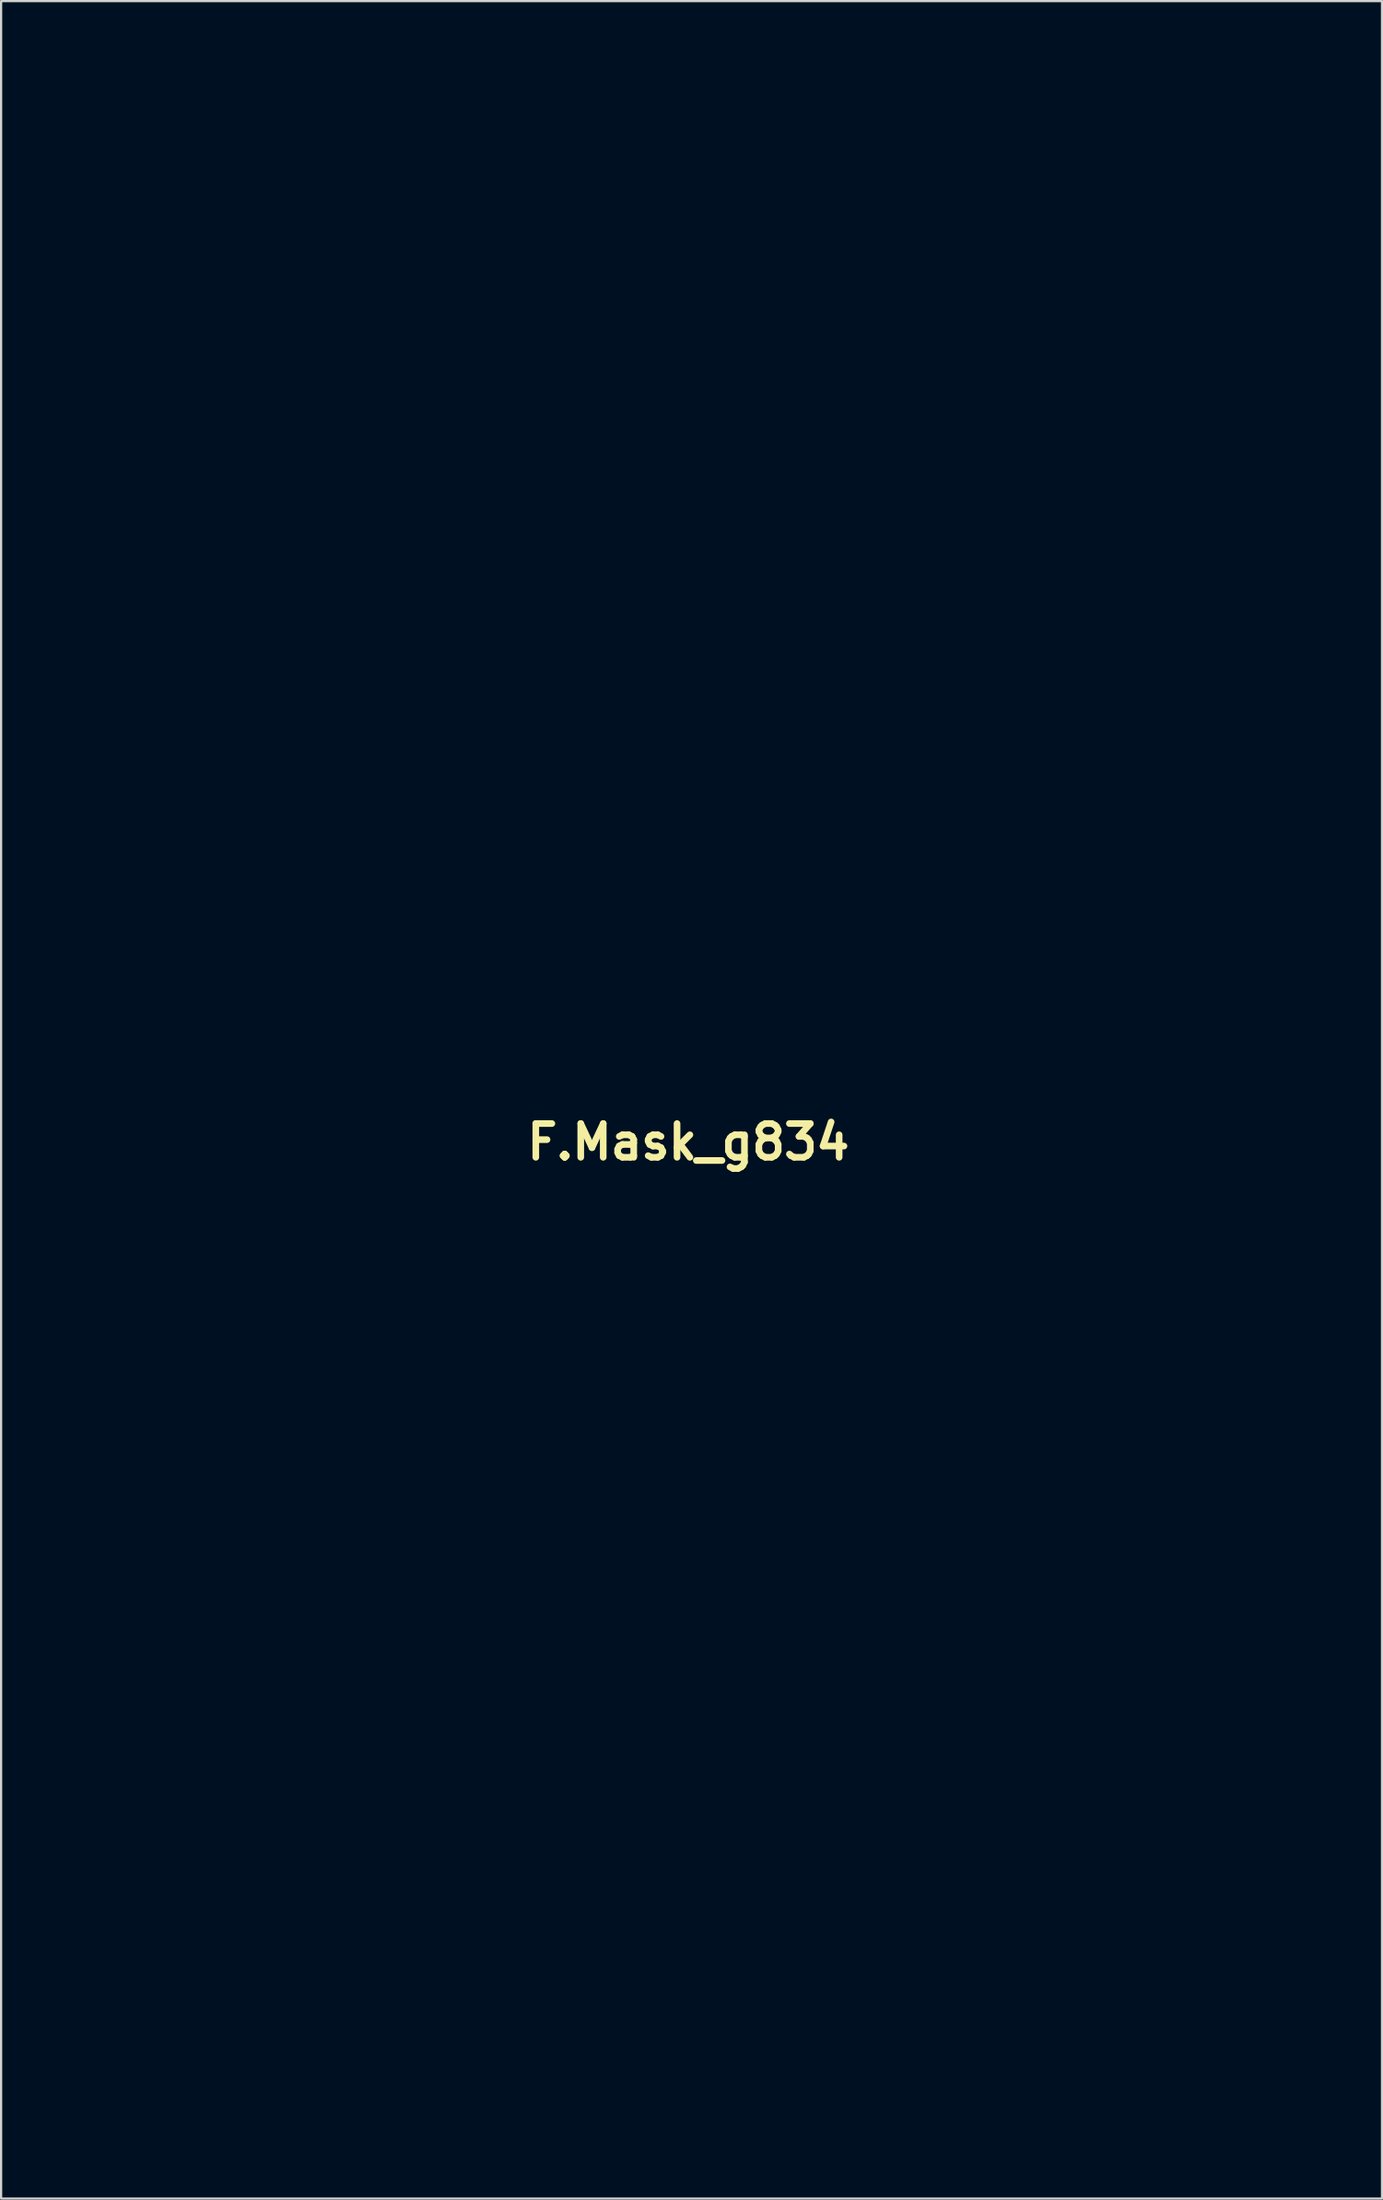
<source format=kicad_pcb>
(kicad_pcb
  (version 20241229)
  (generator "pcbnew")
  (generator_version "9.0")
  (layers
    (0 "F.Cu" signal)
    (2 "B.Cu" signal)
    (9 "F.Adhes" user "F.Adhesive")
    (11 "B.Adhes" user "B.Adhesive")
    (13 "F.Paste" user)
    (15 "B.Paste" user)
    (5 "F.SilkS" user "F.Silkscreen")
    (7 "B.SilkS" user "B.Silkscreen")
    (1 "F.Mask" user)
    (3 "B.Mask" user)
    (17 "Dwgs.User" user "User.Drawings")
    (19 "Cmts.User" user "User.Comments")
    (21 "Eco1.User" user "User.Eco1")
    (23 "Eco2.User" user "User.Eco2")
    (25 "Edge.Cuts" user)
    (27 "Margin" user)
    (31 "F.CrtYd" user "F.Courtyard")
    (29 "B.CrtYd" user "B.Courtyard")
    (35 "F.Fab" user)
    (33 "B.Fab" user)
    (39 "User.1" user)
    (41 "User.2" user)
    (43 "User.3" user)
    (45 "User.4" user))
  (footprint "F.Mask_g834"
    (layer "F.Cu")
    (at 28.072 48.552)
    (property "Reference" "F.Mask_g834" (at 0 0 0) (layer "F.SilkS") (effects (font (size 1.524 1.524) (thickness 0.3))))
    (attr through_hole)
    (fp_poly (pts (xy -3.732 -20.971) (xy -3.655 -20.871) (xy -3.606 -20.797) (xy -3.598 -20.776) (xy -3.634 -20.751) (xy -3.721 -20.749) (xy -3.83 -20.769) (xy -3.884 -20.787) (xy -3.96 -20.839) (xy -3.97 -20.919) (xy -3.921 -21.034) (xy -3.866 -21.133) (xy -3.732 -20.971)) (stroke (width 0.01) (type solid)) (fill yes) (layer "F.Mask"))
    (fp_poly (pts (xy -8.857 -29.831) (xy -8.737 -29.678) (xy -8.648 -29.459) (xy -8.59 -29.169) (xy -8.561 -28.818) (xy -8.554 -28.575) (xy -8.56 -28.413) (xy -8.579 -28.333) (xy -8.611 -28.33) (xy -8.658 -28.405) (xy -8.692 -28.483) (xy -8.75 -28.663) (xy -8.807 -28.903) (xy -8.859 -29.175) (xy -8.9 -29.456) (xy -8.914 -29.591) (xy -8.944 -29.909) (xy -8.857 -29.831)) (stroke (width 0.01) (type solid)) (fill yes) (layer "F.Mask"))
    (fp_poly (pts (xy 17.141 0.392) (xy 17.166 0.481) (xy 17.198 0.627) (xy 17.234 0.81) (xy 17.271 1.011) (xy 17.303 1.209) (xy 17.33 1.385) (xy 17.346 1.519) (xy 17.348 1.591) (xy 17.348 1.593) (xy 17.316 1.609) (xy 17.231 1.579) (xy 17.087 1.501) (xy 17.048 1.478) (xy 16.892 1.378) (xy 16.805 1.303) (xy 16.779 1.247) (xy 16.781 1.235) (xy 16.866 0.941) (xy 16.933 0.717) (xy 16.985 0.555) (xy 17.026 0.441) (xy 17.037 0.415) (xy 17.096 0.275) (xy 17.141 0.392)) (stroke (width 0.01) (type solid)) (fill yes) (layer "F.Mask"))
    (fp_poly (pts (xy -7.98 -28.379) (xy -7.92 -28.298) (xy -7.885 -28.234) (xy -7.84 -28.135) (xy -7.812 -28.033) (xy -7.797 -27.904) (xy -7.791 -27.725) (xy -7.791 -27.603) (xy -7.796 -27.35) (xy -7.81 -27.102) (xy -7.83 -26.876) (xy -7.856 -26.687) (xy -7.884 -26.552) (xy -7.913 -26.488) (xy -7.959 -26.495) (xy -8.034 -26.568) (xy -8.083 -26.631) (xy -8.208 -26.849) (xy -8.293 -27.09) (xy -8.327 -27.323) (xy -8.321 -27.447) (xy -8.293 -27.586) (xy -8.25 -27.756) (xy -8.199 -27.939) (xy -8.144 -28.114) (xy -8.092 -28.263) (xy -8.049 -28.366) (xy -8.022 -28.405) (xy -7.98 -28.379)) (stroke (width 0.01) (type solid)) (fill yes) (layer "F.Mask"))
    (fp_poly (pts (xy -7.108 -26.927) (xy -7.072 -26.82) (xy -7.048 -26.66) (xy -7.037 -26.464) (xy -7.039 -26.247) (xy -7.055 -26.025) (xy -7.085 -25.814) (xy -7.128 -25.63) (xy -7.13 -25.626) (xy -7.185 -25.485) (xy -7.263 -25.33) (xy -7.351 -25.183) (xy -7.435 -25.064) (xy -7.503 -24.996) (xy -7.518 -24.989) (xy -7.557 -25.016) (xy -7.6 -25.101) (xy -7.613 -25.139) (xy -7.659 -25.415) (xy -7.649 -25.729) (xy -7.585 -26.054) (xy -7.556 -26.146) (xy -7.486 -26.34) (xy -7.406 -26.532) (xy -7.325 -26.707) (xy -7.25 -26.848) (xy -7.19 -26.94) (xy -7.157 -26.966) (xy -7.108 -26.927)) (stroke (width 0.01) (type solid)) (fill yes) (layer "F.Mask"))
    (fp_poly (pts (xy 15.173 1.752) (xy 15.344 1.774) (xy 15.507 1.803) (xy 15.59 1.823) (xy 15.691 1.857) (xy 15.73 1.899) (xy 15.724 1.972) (xy 15.722 1.981) (xy 15.683 2.131) (xy 15.622 2.33) (xy 15.546 2.568) (xy 15.458 2.831) (xy 15.364 3.105) (xy 15.266 3.379) (xy 15.172 3.639) (xy 15.083 3.873) (xy 15.006 4.068) (xy 14.945 4.21) (xy 14.905 4.288) (xy 14.899 4.295) (xy 14.885 4.269) (xy 14.873 4.164) (xy 14.865 3.984) (xy 14.86 3.735) (xy 14.859 3.486) (xy 14.86 3.188) (xy 14.865 2.883) (xy 14.871 2.595) (xy 14.879 2.348) (xy 14.887 2.182) (xy 14.915 1.725) (xy 15.173 1.752)) (stroke (width 0.01) (type solid)) (fill yes) (layer "F.Mask"))
    (fp_poly (pts (xy 15.725 13.168) (xy 15.751 13.269) (xy 15.777 13.453) (xy 15.787 13.559) (xy 15.815 13.782) (xy 15.857 13.949) (xy 15.92 14.09) (xy 15.932 14.111) (xy 15.974 14.186) (xy 16.004 14.256) (xy 16.024 14.336) (xy 16.036 14.442) (xy 16.042 14.591) (xy 16.044 14.797) (xy 16.044 14.983) (xy 16.042 15.212) (xy 16.036 15.408) (xy 16.027 15.558) (xy 16.016 15.646) (xy 16.008 15.663) (xy 15.978 15.626) (xy 15.933 15.527) (xy 15.879 15.384) (xy 15.861 15.33) (xy 15.782 15.025) (xy 15.722 14.649) (xy 15.682 14.215) (xy 15.664 13.735) (xy 15.663 13.591) (xy 15.668 13.362) (xy 15.682 13.215) (xy 15.701 13.15) (xy 15.725 13.168)) (stroke (width 0.01) (type solid)) (fill yes) (layer "F.Mask"))
    (fp_poly (pts (xy -4.684 -22.527) (xy -4.613 -22.43) (xy -4.544 -22.297) (xy -4.49 -22.148) (xy -4.484 -22.123) (xy -4.454 -21.898) (xy -4.458 -21.63) (xy -4.494 -21.353) (xy -4.56 -21.103) (xy -4.569 -21.076) (xy -4.659 -20.838) (xy -5.113 -20.724) (xy -5.33 -20.666) (xy -5.546 -20.603) (xy -5.73 -20.543) (xy -5.813 -20.512) (xy -5.952 -20.459) (xy -6.032 -20.441) (xy -6.072 -20.454) (xy -6.082 -20.473) (xy -6.085 -20.562) (xy -6.034 -20.691) (xy -5.927 -20.863) (xy -5.761 -21.085) (xy -5.715 -21.142) (xy -5.529 -21.383) (xy -5.339 -21.645) (xy -5.159 -21.91) (xy -5.003 -22.154) (xy -4.886 -22.359) (xy -4.873 -22.384) (xy -4.812 -22.489) (xy -4.761 -22.554) (xy -4.743 -22.564) (xy -4.684 -22.527)) (stroke (width 0.01) (type solid)) (fill yes) (layer "F.Mask"))
    (fp_poly (pts (xy -6.432 -25.626) (xy -6.379 -25.539) (xy -6.324 -25.394) (xy -6.274 -25.22) (xy -6.238 -25.043) (xy -6.223 -24.89) (xy -6.223 -24.882) (xy -6.244 -24.656) (xy -6.301 -24.385) (xy -6.389 -24.093) (xy -6.499 -23.808) (xy -6.516 -23.771) (xy -6.593 -23.618) (xy -6.685 -23.458) (xy -6.78 -23.312) (xy -6.866 -23.195) (xy -6.931 -23.126) (xy -6.953 -23.116) (xy -6.986 -23.15) (xy -7.045 -23.24) (xy -7.116 -23.369) (xy -7.121 -23.379) (xy -7.188 -23.516) (xy -7.229 -23.631) (xy -7.251 -23.754) (xy -7.258 -23.914) (xy -7.259 -24.026) (xy -7.26 -24.409) (xy -6.943 -24.899) (xy -6.819 -25.091) (xy -6.706 -25.271) (xy -6.614 -25.418) (xy -6.555 -25.517) (xy -6.549 -25.528) (xy -6.486 -25.618) (xy -6.437 -25.63) (xy -6.432 -25.626)) (stroke (width 0.01) (type solid)) (fill yes) (layer "F.Mask"))
    (fp_poly (pts (xy 1.829 20.648) (xy 1.934 20.69) (xy 2.082 20.761) (xy 2.258 20.855) (xy 2.279 20.866) (xy 2.744 21.128) (xy 2.705 21.268) (xy 2.668 21.38) (xy 2.6 21.559) (xy 2.506 21.794) (xy 2.391 22.076) (xy 2.257 22.393) (xy 2.243 22.426) (xy 2.187 22.546) (xy 2.14 22.627) (xy 2.118 22.648) (xy 2.072 22.621) (xy 2 22.553) (xy 1.998 22.552) (xy 1.922 22.488) (xy 1.794 22.397) (xy 1.637 22.295) (xy 1.557 22.247) (xy 1.405 22.156) (xy 1.284 22.084) (xy 1.209 22.039) (xy 1.193 22.03) (xy 1.204 21.99) (xy 1.242 21.888) (xy 1.302 21.739) (xy 1.377 21.558) (xy 1.46 21.36) (xy 1.546 21.16) (xy 1.627 20.974) (xy 1.697 20.815) (xy 1.751 20.7) (xy 1.78 20.644) (xy 1.782 20.643) (xy 1.829 20.648)) (stroke (width 0.01) (type solid)) (fill yes) (layer "F.Mask"))
    (fp_poly (pts (xy -5.624 -24.121) (xy -5.579 -24.077) (xy -5.514 -23.981) (xy -5.466 -23.895) (xy -5.414 -23.788) (xy -5.381 -23.688) (xy -5.365 -23.571) (xy -5.359 -23.412) (xy -5.359 -23.262) (xy -5.387 -22.887) (xy -5.469 -22.538) (xy -5.612 -22.19) (xy -5.755 -21.93) (xy -5.86 -21.769) (xy -5.983 -21.601) (xy -6.112 -21.443) (xy -6.234 -21.308) (xy -6.336 -21.211) (xy -6.405 -21.168) (xy -6.413 -21.167) (xy -6.458 -21.203) (xy -6.51 -21.298) (xy -6.538 -21.371) (xy -6.581 -21.539) (xy -6.622 -21.763) (xy -6.656 -22.014) (xy -6.679 -22.263) (xy -6.688 -22.482) (xy -6.688 -22.484) (xy -6.679 -22.61) (xy -6.642 -22.712) (xy -6.561 -22.824) (xy -6.525 -22.865) (xy -6.368 -23.062) (xy -6.178 -23.332) (xy -5.959 -23.669) (xy -5.831 -23.876) (xy -5.747 -24.001) (xy -5.674 -24.089) (xy -5.627 -24.121) (xy -5.624 -24.121)) (stroke (width 0.01) (type solid)) (fill yes) (layer "F.Mask"))
    (fp_poly (pts (xy 10.641 -16.872) (xy 10.754 -16.851) (xy 10.915 -16.814) (xy 11.107 -16.767) (xy 11.314 -16.713) (xy 11.519 -16.656) (xy 11.706 -16.601) (xy 11.858 -16.552) (xy 11.929 -16.526) (xy 12.351 -16.314) (xy 12.738 -16.026) (xy 13.089 -15.668) (xy 13.401 -15.242) (xy 13.672 -14.753) (xy 13.897 -14.203) (xy 14.077 -13.598) (xy 14.137 -13.327) (xy 14.187 -13.067) (xy 14.224 -12.83) (xy 14.249 -12.629) (xy 14.26 -12.476) (xy 14.255 -12.384) (xy 14.24 -12.362) (xy 14.195 -12.389) (xy 14.102 -12.461) (xy 13.975 -12.566) (xy 13.864 -12.663) (xy 13.68 -12.82) (xy 13.459 -12.997) (xy 13.236 -13.169) (xy 13.112 -13.26) (xy 12.699 -13.556) (xy 12.302 -14.368) (xy 12.036 -14.888) (xy 11.78 -15.34) (xy 11.525 -15.737) (xy 11.261 -16.095) (xy 10.979 -16.426) (xy 10.946 -16.462) (xy 10.81 -16.612) (xy 10.698 -16.739) (xy 10.623 -16.829) (xy 10.593 -16.871) (xy 10.594 -16.873) (xy 10.641 -16.872)) (stroke (width 0.01) (type solid)) (fill yes) (layer "F.Mask"))
    (fp_poly (pts (xy 12.986 -1.891) (xy 13.035 -1.841) (xy 13.104 -1.749) (xy 13.2 -1.605) (xy 13.329 -1.401) (xy 13.41 -1.27) (xy 13.69 -0.843) (xy 13.976 -0.46) (xy 14.29 -0.096) (xy 14.654 0.276) (xy 14.742 0.36) (xy 14.956 0.558) (xy 15.185 0.758) (xy 15.414 0.95) (xy 15.628 1.121) (xy 15.812 1.259) (xy 15.951 1.35) (xy 15.959 1.355) (xy 16.004 1.394) (xy 15.971 1.413) (xy 15.875 1.408) (xy 15.62 1.367) (xy 15.308 1.3) (xy 14.96 1.214) (xy 14.598 1.114) (xy 14.243 1.007) (xy 13.917 0.899) (xy 13.641 0.796) (xy 13.591 0.775) (xy 13.352 0.669) (xy 13.099 0.551) (xy 12.848 0.428) (xy 12.617 0.309) (xy 12.423 0.203) (xy 12.282 0.118) (xy 12.238 0.088) (xy 12.136 0.011) (xy 12.529 -0.947) (xy 12.639 -1.212) (xy 12.74 -1.449) (xy 12.826 -1.647) (xy 12.894 -1.796) (xy 12.938 -1.884) (xy 12.953 -1.905) (xy 12.986 -1.891)) (stroke (width 0.01) (type solid)) (fill yes) (layer "F.Mask"))
    (fp_poly (pts (xy 12.966 -12.675) (xy 13.071 -12.607) (xy 13.213 -12.507) (xy 13.376 -12.385) (xy 13.546 -12.254) (xy 13.708 -12.123) (xy 13.849 -12.004) (xy 13.887 -11.97) (xy 13.961 -11.906) (xy 14.021 -11.856) (xy 14.067 -11.81) (xy 14.096 -11.76) (xy 14.108 -11.698) (xy 14.1 -11.615) (xy 14.071 -11.504) (xy 14.019 -11.354) (xy 13.943 -11.159) (xy 13.841 -10.909) (xy 13.713 -10.597) (xy 13.568 -10.245) (xy 13.444 -9.941) (xy 13.329 -9.66) (xy 13.227 -9.412) (xy 13.144 -9.207) (xy 13.082 -9.056) (xy 13.046 -8.968) (xy 13.04 -8.954) (xy 13.033 -8.976) (xy 13.025 -9.075) (xy 13.016 -9.242) (xy 13.008 -9.469) (xy 13.001 -9.747) (xy 12.994 -10.069) (xy 12.987 -10.427) (xy 12.985 -10.626) (xy 12.979 -11.01) (xy 12.971 -11.372) (xy 12.963 -11.704) (xy 12.954 -11.994) (xy 12.944 -12.233) (xy 12.934 -12.412) (xy 12.924 -12.52) (xy 12.92 -12.541) (xy 12.901 -12.641) (xy 12.905 -12.696) (xy 12.911 -12.7) (xy 12.966 -12.675)) (stroke (width 0.01) (type solid)) (fill yes) (layer "F.Mask"))
    (fp_poly (pts (xy 8.529 -4.763) (xy 8.592 -4.531) (xy 8.691 -4.24) (xy 8.82 -3.902) (xy 8.974 -3.532) (xy 9.145 -3.142) (xy 9.329 -2.748) (xy 9.52 -2.361) (xy 9.698 -2.023) (xy 9.991 -1.484) (xy 9.818 -1.049) (xy 9.69 -0.728) (xy 9.559 -0.408) (xy 9.431 -0.098) (xy 9.308 0.192) (xy 9.196 0.453) (xy 9.098 0.676) (xy 9.018 0.85) (xy 8.961 0.966) (xy 8.931 1.015) (xy 8.929 1.016) (xy 8.893 0.982) (xy 8.83 0.891) (xy 8.753 0.764) (xy 8.746 0.751) (xy 8.638 0.546) (xy 8.517 0.297) (xy 8.39 0.021) (xy 8.265 -0.263) (xy 8.149 -0.54) (xy 8.051 -0.79) (xy 7.977 -0.997) (xy 7.939 -1.122) (xy 7.891 -1.407) (xy 7.867 -1.753) (xy 7.866 -2.141) (xy 7.889 -2.553) (xy 7.934 -2.968) (xy 8.001 -3.367) (xy 8.003 -3.377) (xy 8.063 -3.642) (xy 8.136 -3.92) (xy 8.216 -4.192) (xy 8.296 -4.437) (xy 8.371 -4.634) (xy 8.421 -4.741) (xy 8.502 -4.889) (xy 8.529 -4.763)) (stroke (width 0.01) (type solid)) (fill yes) (layer "F.Mask"))
    (fp_poly (pts (xy 13.302 10.63) (xy 13.578 10.778) (xy 13.868 10.948) (xy 14.157 11.129) (xy 14.43 11.313) (xy 14.675 11.49) (xy 14.875 11.65) (xy 15.019 11.784) (xy 15.045 11.813) (xy 15.108 11.903) (xy 15.142 12.001) (xy 15.149 12.125) (xy 15.128 12.29) (xy 15.081 12.516) (xy 15.068 12.573) (xy 15.015 12.862) (xy 14.978 13.209) (xy 14.957 13.587) (xy 14.952 13.97) (xy 14.966 14.332) (xy 14.998 14.648) (xy 15.001 14.668) (xy 15.077 15.073) (xy 15.179 15.474) (xy 15.297 15.843) (xy 15.412 16.125) (xy 15.472 16.26) (xy 15.511 16.363) (xy 15.521 16.412) (xy 15.52 16.413) (xy 15.483 16.395) (xy 15.393 16.332) (xy 15.262 16.234) (xy 15.104 16.11) (xy 15.065 16.079) (xy 14.472 15.572) (xy 13.952 15.058) (xy 13.495 14.521) (xy 13.088 13.948) (xy 12.72 13.324) (xy 12.389 12.654) (xy 12.243 12.333) (xy 12.466 11.78) (xy 12.565 11.538) (xy 12.674 11.285) (xy 12.777 11.051) (xy 12.863 10.866) (xy 12.865 10.863) (xy 13.041 10.499) (xy 13.302 10.63)) (stroke (width 0.01) (type solid)) (fill yes) (layer "F.Mask"))
    (fp_poly (pts (xy -1.376 -21.94) (xy -1.044 -21.91) (xy -0.717 -21.858) (xy -0.642 -21.842) (xy -0.327 -21.759) (xy -0.015 -21.653) (xy 0.275 -21.53) (xy 0.525 -21.399) (xy 0.718 -21.267) (xy 0.788 -21.204) (xy 0.91 -21.077) (xy 0.807 -20.999) (xy 0.757 -20.97) (xy 0.686 -20.948) (xy 0.583 -20.931) (xy 0.433 -20.919) (xy 0.222 -20.91) (xy 0.003 -20.904) (xy -0.269 -20.895) (xy -0.475 -20.884) (xy -0.635 -20.869) (xy -0.768 -20.847) (xy -0.894 -20.815) (xy -1.03 -20.771) (xy -1.037 -20.769) (xy -1.41 -20.614) (xy -1.755 -20.412) (xy -2.094 -20.153) (xy -2.216 -20.052) (xy -2.313 -19.977) (xy -2.367 -19.94) (xy -2.372 -19.939) (xy -2.416 -19.967) (xy -2.485 -20.034) (xy -2.591 -20.178) (xy -2.682 -20.368) (xy -2.768 -20.624) (xy -2.772 -20.637) (xy -2.832 -20.812) (xy -2.916 -21.012) (xy -2.991 -21.166) (xy -3.137 -21.442) (xy -3.031 -21.533) (xy -2.909 -21.612) (xy -2.727 -21.698) (xy -2.507 -21.782) (xy -2.274 -21.855) (xy -2.05 -21.911) (xy -1.939 -21.93) (xy -1.683 -21.948) (xy -1.376 -21.94)) (stroke (width 0.01) (type solid)) (fill yes) (layer "F.Mask"))
    (fp_poly (pts (xy -4.907 26.175) (xy -4.81 26.219) (xy -4.659 26.289) (xy -4.476 26.374) (xy -4.318 26.449) (xy -3.807 26.676) (xy -3.299 26.869) (xy -2.761 27.038) (xy -2.424 27.13) (xy -2.158 27.202) (xy -1.969 27.26) (xy -1.849 27.308) (xy -1.792 27.346) (xy -1.786 27.359) (xy -1.797 27.418) (xy -1.836 27.541) (xy -1.899 27.716) (xy -1.979 27.93) (xy -2.074 28.17) (xy -2.086 28.202) (xy -2.373 28.91) (xy -2.637 29.561) (xy -2.878 30.152) (xy -3.094 30.681) (xy -3.286 31.145) (xy -3.451 31.544) (xy -3.59 31.874) (xy -3.701 32.134) (xy -3.783 32.321) (xy -3.836 32.434) (xy -3.858 32.47) (xy -3.89 32.434) (xy -3.948 32.339) (xy -4.021 32.2) (xy -4.06 32.12) (xy -4.199 31.802) (xy -4.342 31.42) (xy -4.484 30.996) (xy -4.618 30.55) (xy -4.739 30.103) (xy -4.84 29.676) (xy -4.915 29.29) (xy -4.948 29.062) (xy -4.961 28.92) (xy -4.975 28.709) (xy -4.988 28.442) (xy -5.001 28.136) (xy -5.012 27.803) (xy -5.021 27.46) (xy -5.023 27.397) (xy -5.051 26.113) (xy -4.907 26.175)) (stroke (width 0.01) (type solid)) (fill yes) (layer "F.Mask"))
    (fp_poly (pts (xy 12.037 0.531) (xy 12.143 0.589) (xy 12.269 0.666) (xy 12.39 0.748) (xy 12.481 0.818) (xy 12.505 0.841) (xy 12.536 0.882) (xy 12.556 0.935) (xy 12.568 1.013) (xy 12.572 1.132) (xy 12.57 1.306) (xy 12.562 1.549) (xy 12.562 1.555) (xy 12.519 2.083) (xy 12.428 2.581) (xy 12.283 3.058) (xy 12.081 3.526) (xy 11.815 3.996) (xy 11.483 4.477) (xy 11.078 4.982) (xy 11.047 5.017) (xy 10.902 5.181) (xy 10.73 5.364) (xy 10.543 5.558) (xy 10.353 5.749) (xy 10.171 5.926) (xy 10.009 6.077) (xy 9.879 6.192) (xy 9.792 6.258) (xy 9.783 6.263) (xy 9.741 6.283) (xy 9.722 6.275) (xy 9.726 6.224) (xy 9.753 6.114) (xy 9.78 6.018) (xy 9.821 5.879) (xy 9.873 5.718) (xy 9.94 5.526) (xy 10.023 5.297) (xy 10.125 5.025) (xy 10.249 4.703) (xy 10.397 4.324) (xy 10.572 3.882) (xy 10.775 3.37) (xy 10.836 3.217) (xy 11.078 2.614) (xy 11.29 2.089) (xy 11.473 1.641) (xy 11.627 1.269) (xy 11.752 0.973) (xy 11.849 0.75) (xy 11.919 0.599) (xy 11.961 0.521) (xy 11.974 0.508) (xy 12.037 0.531)) (stroke (width 0.01) (type solid)) (fill yes) (layer "F.Mask"))
    (fp_poly (pts (xy 0.968 15.451) (xy 1.289 15.538) (xy 1.655 15.679) (xy 1.736 15.715) (xy 1.968 15.818) (xy 1.757 15.962) (xy 1.535 16.132) (xy 1.32 16.333) (xy 1.129 16.543) (xy 0.981 16.743) (xy 0.922 16.849) (xy 0.767 17.266) (xy 0.675 17.716) (xy 0.647 18.181) (xy 0.68 18.646) (xy 0.775 19.093) (xy 0.93 19.505) (xy 1.036 19.701) (xy 1.112 19.843) (xy 1.166 19.971) (xy 1.185 20.052) (xy 1.17 20.134) (xy 1.127 20.273) (xy 1.062 20.455) (xy 0.981 20.667) (xy 0.889 20.895) (xy 0.793 21.125) (xy 0.698 21.345) (xy 0.609 21.54) (xy 0.532 21.697) (xy 0.473 21.802) (xy 0.438 21.842) (xy 0.437 21.842) (xy 0.382 21.826) (xy 0.274 21.786) (xy 0.159 21.739) (xy -0.186 21.583) (xy -0.534 21.397) (xy -0.892 21.176) (xy -1.267 20.915) (xy -1.667 20.608) (xy -2.099 20.251) (xy -2.572 19.837) (xy -2.961 19.483) (xy -3.275 19.192) (xy -3.049 18.772) (xy -2.646 18.072) (xy -2.235 17.45) (xy -1.815 16.909) (xy -1.389 16.448) (xy -0.956 16.069) (xy -0.517 15.772) (xy -0.074 15.559) (xy 0.122 15.492) (xy 0.4 15.43) (xy 0.677 15.415) (xy 0.968 15.451)) (stroke (width 0.01) (type solid)) (fill yes) (layer "F.Mask"))
    (fp_poly (pts (xy 8.655 -9.108) (xy 8.714 -9.008) (xy 8.797 -8.857) (xy 8.897 -8.667) (xy 8.986 -8.495) (xy 9.112 -8.252) (xy 9.244 -8.007) (xy 9.37 -7.784) (xy 9.476 -7.603) (xy 9.521 -7.533) (xy 9.697 -7.285) (xy 9.919 -7.004) (xy 10.174 -6.704) (xy 10.446 -6.402) (xy 10.723 -6.111) (xy 10.989 -5.848) (xy 11.232 -5.627) (xy 11.398 -5.493) (xy 11.552 -5.376) (xy 11.476 -5.154) (xy 11.44 -5.058) (xy 11.377 -4.896) (xy 11.292 -4.68) (xy 11.189 -4.422) (xy 11.074 -4.135) (xy 10.951 -3.83) (xy 10.825 -3.521) (xy 10.702 -3.219) (xy 10.586 -2.936) (xy 10.482 -2.684) (xy 10.396 -2.477) (xy 10.331 -2.325) (xy 10.309 -2.274) (xy 10.21 -2.053) (xy 9.893 -2.709) (xy 9.652 -3.233) (xy 9.431 -3.764) (xy 9.235 -4.288) (xy 9.069 -4.789) (xy 8.938 -5.254) (xy 8.847 -5.668) (xy 8.826 -5.8) (xy 8.804 -5.969) (xy 8.781 -6.192) (xy 8.758 -6.458) (xy 8.734 -6.756) (xy 8.711 -7.075) (xy 8.689 -7.405) (xy 8.668 -7.735) (xy 8.65 -8.054) (xy 8.635 -8.352) (xy 8.624 -8.617) (xy 8.617 -8.84) (xy 8.615 -9.009) (xy 8.618 -9.113) (xy 8.626 -9.144) (xy 8.655 -9.108)) (stroke (width 0.01) (type solid)) (fill yes) (layer "F.Mask"))
    (fp_poly (pts (xy 10.339 7.88) (xy 10.387 7.955) (xy 10.455 8.086) (xy 10.716 8.526) (xy 11.052 8.959) (xy 11.451 9.374) (xy 11.903 9.759) (xy 12.225 9.991) (xy 12.34 10.074) (xy 12.42 10.142) (xy 12.446 10.177) (xy 12.431 10.226) (xy 12.388 10.341) (xy 12.322 10.509) (xy 12.239 10.717) (xy 12.144 10.953) (xy 12.132 10.981) (xy 12.027 11.242) (xy 11.927 11.498) (xy 11.84 11.731) (xy 11.771 11.921) (xy 11.731 12.044) (xy 11.654 12.356) (xy 11.586 12.729) (xy 11.53 13.143) (xy 11.489 13.574) (xy 11.482 13.67) (xy 11.467 13.882) (xy 11.451 14.018) (xy 11.434 14.089) (xy 11.413 14.103) (xy 11.402 14.093) (xy 11.343 14.004) (xy 11.258 13.853) (xy 11.155 13.659) (xy 11.044 13.437) (xy 10.932 13.205) (xy 10.827 12.979) (xy 10.739 12.777) (xy 10.709 12.703) (xy 10.55 12.261) (xy 10.411 11.803) (xy 10.301 11.353) (xy 10.226 10.939) (xy 10.206 10.773) (xy 10.184 10.491) (xy 10.17 10.171) (xy 10.163 9.826) (xy 10.163 9.471) (xy 10.17 9.119) (xy 10.183 8.783) (xy 10.202 8.479) (xy 10.226 8.219) (xy 10.255 8.017) (xy 10.286 7.896) (xy 10.308 7.863) (xy 10.339 7.88)) (stroke (width 0.01) (type solid)) (fill yes) (layer "F.Mask"))
    (fp_poly (pts (xy -6.909 -20.02) (xy -6.842 -20.004) (xy -6.818 -19.966) (xy -6.816 -19.934) (xy -6.84 -19.853) (xy -6.902 -19.735) (xy -6.967 -19.639) (xy -7.109 -19.41) (xy -7.252 -19.117) (xy -7.386 -18.779) (xy -7.504 -18.416) (xy -7.518 -18.368) (xy -7.56 -18.205) (xy -7.592 -18.052) (xy -7.614 -17.89) (xy -7.631 -17.698) (xy -7.643 -17.457) (xy -7.651 -17.209) (xy -7.673 -16.447) (xy -8.08 -16.03) (xy -8.305 -15.808) (xy -8.492 -15.645) (xy -8.656 -15.534) (xy -8.812 -15.468) (xy -8.975 -15.439) (xy -9.16 -15.441) (xy -9.283 -15.453) (xy -9.42 -15.474) (xy -9.519 -15.495) (xy -9.553 -15.508) (xy -9.543 -15.552) (xy -9.488 -15.633) (xy -9.447 -15.684) (xy -9.35 -15.805) (xy -9.269 -15.925) (xy -9.252 -15.956) (xy -9.21 -16.078) (xy -9.173 -16.267) (xy -9.141 -16.506) (xy -9.117 -16.778) (xy -9.103 -17.067) (xy -9.101 -17.23) (xy -9.095 -17.461) (xy -9.083 -17.73) (xy -9.067 -17.99) (xy -9.059 -18.076) (xy -9.037 -18.293) (xy -9.01 -18.456) (xy -8.968 -18.596) (xy -8.905 -18.745) (xy -8.847 -18.864) (xy -8.62 -19.242) (xy -8.36 -19.543) (xy -8.062 -19.77) (xy -7.723 -19.923) (xy -7.341 -20.007) (xy -7.041 -20.024) (xy -6.909 -20.02)) (stroke (width 0.01) (type solid)) (fill yes) (layer "F.Mask"))
    (fp_poly (pts (xy 0.348 -20.287) (xy 0.755 -20.2) (xy 1.137 -20.06) (xy 1.479 -19.868) (xy 1.767 -19.628) (xy 1.791 -19.602) (xy 1.966 -19.392) (xy 2.088 -19.187) (xy 2.166 -18.966) (xy 2.207 -18.707) (xy 2.218 -18.394) (xy 2.206 -18.078) (xy 2.164 -17.818) (xy 2.083 -17.587) (xy 1.956 -17.362) (xy 1.828 -17.184) (xy 1.708 -17.026) (xy 1.587 -16.862) (xy 1.496 -16.736) (xy 1.402 -16.609) (xy 1.313 -16.518) (xy 1.206 -16.446) (xy 1.057 -16.375) (xy 0.943 -16.328) (xy 0.615 -16.167) (xy 0.312 -15.969) (xy 0.053 -15.745) (xy -0.147 -15.509) (xy -0.232 -15.369) (xy -0.315 -15.188) (xy -0.375 -15.015) (xy -0.415 -14.825) (xy -0.443 -14.594) (xy -0.46 -14.341) (xy -0.487 -13.844) (xy -0.982 -14.124) (xy -1.459 -14.416) (xy -1.859 -14.712) (xy -2.19 -15.017) (xy -2.457 -15.339) (xy -2.668 -15.684) (xy -2.69 -15.727) (xy -2.856 -16.147) (xy -2.944 -16.582) (xy -2.952 -17.036) (xy -2.882 -17.51) (xy -2.732 -18.008) (xy -2.508 -18.521) (xy -2.271 -18.962) (xy -2.035 -19.326) (xy -1.795 -19.621) (xy -1.544 -19.856) (xy -1.276 -20.037) (xy -1.237 -20.057) (xy -0.877 -20.206) (xy -0.483 -20.292) (xy -0.07 -20.318) (xy 0.348 -20.287)) (stroke (width 0.01) (type solid)) (fill yes) (layer "F.Mask"))
    (fp_poly (pts (xy 16.332 -7.525) (xy 16.399 -7.458) (xy 16.488 -7.338) (xy 16.589 -7.18) (xy 16.695 -6.993) (xy 16.738 -6.91) (xy 16.882 -6.558) (xy 16.996 -6.135) (xy 17.08 -5.653) (xy 17.133 -5.121) (xy 17.154 -4.548) (xy 17.144 -3.944) (xy 17.102 -3.319) (xy 17.029 -2.682) (xy 16.923 -2.043) (xy 16.891 -1.882) (xy 16.83 -1.603) (xy 16.756 -1.287) (xy 16.673 -0.951) (xy 16.586 -0.616) (xy 16.501 -0.301) (xy 16.422 -0.026) (xy 16.355 0.191) (xy 16.341 0.233) (xy 16.262 0.459) (xy 16.204 0.617) (xy 16.161 0.718) (xy 16.127 0.775) (xy 16.097 0.8) (xy 16.072 0.804) (xy 16.018 0.78) (xy 15.911 0.713) (xy 15.767 0.613) (xy 15.599 0.489) (xy 15.563 0.462) (xy 15.396 0.333) (xy 15.253 0.222) (xy 15.15 0.139) (xy 15.098 0.094) (xy 15.095 0.09) (xy 15.086 0.02) (xy 15.093 -0.126) (xy 15.117 -0.34) (xy 15.156 -0.615) (xy 15.208 -0.945) (xy 15.273 -1.322) (xy 15.349 -1.74) (xy 15.435 -2.19) (xy 15.531 -2.666) (xy 15.601 -3.006) (xy 15.791 -3.947) (xy 15.949 -4.824) (xy 16.075 -5.632) (xy 16.17 -6.368) (xy 16.231 -7.03) (xy 16.235 -7.073) (xy 16.25 -7.253) (xy 16.268 -7.404) (xy 16.286 -7.504) (xy 16.295 -7.529) (xy 16.332 -7.525)) (stroke (width 0.01) (type solid)) (fill yes) (layer "F.Mask"))
    (fp_poly (pts (xy 3.387 -21.312) (xy 3.633 -21.309) (xy 3.818 -21.3) (xy 3.964 -21.284) (xy 4.095 -21.256) (xy 4.233 -21.214) (xy 4.28 -21.198) (xy 4.469 -21.123) (xy 4.681 -21.024) (xy 4.904 -20.907) (xy 5.126 -20.781) (xy 5.335 -20.653) (xy 5.517 -20.53) (xy 5.662 -20.421) (xy 5.757 -20.332) (xy 5.79 -20.271) (xy 5.789 -20.266) (xy 5.748 -20.228) (xy 5.647 -20.158) (xy 5.501 -20.066) (xy 5.324 -19.96) (xy 5.289 -19.94) (xy 4.968 -19.751) (xy 4.669 -19.565) (xy 4.372 -19.368) (xy 4.057 -19.146) (xy 3.704 -18.888) (xy 3.573 -18.789) (xy 3.386 -18.65) (xy 3.222 -18.53) (xy 3.093 -18.439) (xy 3.012 -18.384) (xy 2.99 -18.373) (xy 2.952 -18.406) (xy 2.943 -18.426) (xy 2.925 -18.489) (xy 2.891 -18.612) (xy 2.849 -18.769) (xy 2.837 -18.815) (xy 2.68 -19.265) (xy 2.46 -19.659) (xy 2.174 -20.004) (xy 1.818 -20.304) (xy 1.641 -20.422) (xy 1.499 -20.514) (xy 1.393 -20.593) (xy 1.338 -20.645) (xy 1.334 -20.659) (xy 1.384 -20.697) (xy 1.497 -20.759) (xy 1.654 -20.838) (xy 1.841 -20.927) (xy 2.041 -21.017) (xy 2.237 -21.101) (xy 2.412 -21.171) (xy 2.483 -21.197) (xy 2.628 -21.246) (xy 2.754 -21.278) (xy 2.882 -21.298) (xy 3.037 -21.309) (xy 3.24 -21.312) (xy 3.387 -21.312)) (stroke (width 0.01) (type solid)) (fill yes) (layer "F.Mask"))
    (fp_poly (pts (xy 16.566 2.038) (xy 16.632 2.045) (xy 16.868 2.081) (xy 17.074 2.125) (xy 17.232 2.172) (xy 17.326 2.219) (xy 17.332 2.225) (xy 17.373 2.311) (xy 17.403 2.471) (xy 17.424 2.695) (xy 17.435 2.971) (xy 17.437 3.29) (xy 17.429 3.642) (xy 17.413 4.016) (xy 17.387 4.403) (xy 17.354 4.79) (xy 17.312 5.169) (xy 17.263 5.53) (xy 17.247 5.63) (xy 17.126 6.255) (xy 16.964 6.924) (xy 16.767 7.613) (xy 16.542 8.295) (xy 16.353 8.805) (xy 16.262 9.034) (xy 16.195 9.192) (xy 16.147 9.29) (xy 16.113 9.336) (xy 16.087 9.34) (xy 16.07 9.32) (xy 16.037 9.248) (xy 15.983 9.105) (xy 15.912 8.905) (xy 15.828 8.659) (xy 15.734 8.377) (xy 15.634 8.072) (xy 15.531 7.755) (xy 15.43 7.438) (xy 15.334 7.131) (xy 15.247 6.848) (xy 15.173 6.598) (xy 15.115 6.393) (xy 15.09 6.3) (xy 15.044 6.093) (xy 15.008 5.886) (xy 14.988 5.713) (xy 14.986 5.656) (xy 14.992 5.552) (xy 15.011 5.432) (xy 15.047 5.291) (xy 15.101 5.121) (xy 15.177 4.917) (xy 15.276 4.671) (xy 15.401 4.377) (xy 15.555 4.03) (xy 15.74 3.622) (xy 15.959 3.147) (xy 16.061 2.929) (xy 16.167 2.699) (xy 16.261 2.489) (xy 16.338 2.313) (xy 16.39 2.187) (xy 16.41 2.13) (xy 16.433 2.065) (xy 16.477 2.037) (xy 16.566 2.038)) (stroke (width 0.01) (type solid)) (fill yes) (layer "F.Mask"))
    (fp_poly (pts (xy 13.289 1.198) (xy 13.404 1.233) (xy 13.568 1.285) (xy 13.767 1.351) (xy 13.846 1.377) (xy 14.421 1.569) (xy 14.42 3.229) (xy 14.422 3.712) (xy 14.426 4.162) (xy 14.434 4.571) (xy 14.444 4.927) (xy 14.456 5.22) (xy 14.471 5.44) (xy 14.473 5.461) (xy 14.551 6.087) (xy 14.675 6.78) (xy 14.845 7.543) (xy 15.062 8.375) (xy 15.326 9.277) (xy 15.453 9.685) (xy 15.62 10.219) (xy 15.764 10.694) (xy 15.884 11.107) (xy 15.98 11.456) (xy 16.05 11.736) (xy 16.095 11.947) (xy 16.113 12.084) (xy 16.103 12.145) (xy 16.095 12.149) (xy 16.057 12.116) (xy 15.99 12.031) (xy 15.922 11.935) (xy 15.809 11.784) (xy 15.677 11.635) (xy 15.518 11.485) (xy 15.325 11.326) (xy 15.091 11.155) (xy 14.809 10.967) (xy 14.473 10.755) (xy 14.075 10.516) (xy 13.609 10.245) (xy 13.229 10.024) (xy 12.912 9.836) (xy 12.649 9.675) (xy 12.428 9.532) (xy 12.238 9.401) (xy 12.069 9.275) (xy 11.91 9.147) (xy 11.844 9.091) (xy 11.514 8.761) (xy 11.207 8.364) (xy 10.935 7.914) (xy 10.704 7.427) (xy 10.524 6.918) (xy 10.476 6.744) (xy 10.399 6.439) (xy 11.055 5.766) (xy 11.515 5.277) (xy 11.906 4.821) (xy 12.236 4.389) (xy 12.508 3.973) (xy 12.729 3.565) (xy 12.905 3.157) (xy 12.998 2.885) (xy 13.071 2.602) (xy 13.134 2.271) (xy 13.18 1.928) (xy 13.205 1.611) (xy 13.208 1.492) (xy 13.212 1.343) (xy 13.223 1.234) (xy 13.238 1.186) (xy 13.24 1.185) (xy 13.289 1.198)) (stroke (width 0.01) (type solid)) (fill yes) (layer "F.Mask"))
    (fp_poly (pts (xy -4.08 -20.297) (xy -3.907 -20.292) (xy -3.782 -20.279) (xy -3.685 -20.258) (xy -3.597 -20.224) (xy -3.547 -20.201) (xy -3.407 -20.11) (xy -3.242 -19.971) (xy -3.075 -19.806) (xy -2.928 -19.638) (xy -2.824 -19.49) (xy -2.814 -19.471) (xy -2.787 -19.411) (xy -2.778 -19.354) (xy -2.793 -19.281) (xy -2.835 -19.175) (xy -2.908 -19.016) (xy -2.937 -18.955) (xy -3.171 -18.418) (xy -3.336 -17.916) (xy -3.435 -17.439) (xy -3.47 -16.973) (xy -3.443 -16.509) (xy -3.425 -16.377) (xy -3.405 -16.213) (xy -3.398 -16.069) (xy -3.405 -15.979) (xy -3.444 -15.887) (xy -3.527 -15.743) (xy -3.643 -15.56) (xy -3.783 -15.352) (xy -3.938 -15.132) (xy -4.097 -14.914) (xy -4.252 -14.713) (xy -4.393 -14.541) (xy -4.415 -14.516) (xy -4.868 -14.057) (xy -5.355 -13.675) (xy -5.877 -13.37) (xy -6.432 -13.143) (xy -7.019 -12.994) (xy -7.609 -12.925) (xy -7.847 -12.916) (xy -8.003 -12.918) (xy -8.079 -12.933) (xy -8.086 -12.942) (xy -8.06 -12.993) (xy -7.993 -13.09) (xy -7.895 -13.217) (xy -7.85 -13.273) (xy -7.519 -13.699) (xy -7.257 -14.088) (xy -7.06 -14.449) (xy -6.925 -14.788) (xy -6.849 -15.114) (xy -6.828 -15.434) (xy -6.835 -15.579) (xy -6.855 -15.75) (xy -6.889 -15.974) (xy -6.93 -16.219) (xy -6.97 -16.425) (xy -7.025 -16.748) (xy -7.07 -17.101) (xy -7.097 -17.433) (xy -7.1 -17.484) (xy -7.108 -17.725) (xy -7.107 -17.908) (xy -7.094 -18.057) (xy -7.069 -18.2) (xy -7.03 -18.352) (xy -6.877 -18.804) (xy -6.682 -19.185) (xy -6.439 -19.504) (xy -6.145 -19.766) (xy -5.793 -19.977) (xy -5.786 -19.98) (xy -5.51 -20.106) (xy -5.262 -20.196) (xy -5.014 -20.253) (xy -4.743 -20.286) (xy -4.421 -20.298) (xy -4.318 -20.298) (xy -4.08 -20.297)) (stroke (width 0.01) (type solid)) (fill yes) (layer "F.Mask"))
    (fp_poly (pts (xy 15.544 -8.219) (xy 15.566 -8.153) (xy 15.582 -8.025) (xy 15.595 -7.831) (xy 15.604 -7.566) (xy 15.611 -7.223) (xy 15.614 -7.015) (xy 15.617 -6.673) (xy 15.617 -6.369) (xy 15.612 -6.092) (xy 15.601 -5.83) (xy 15.583 -5.575) (xy 15.555 -5.315) (xy 15.518 -5.039) (xy 15.469 -4.737) (xy 15.408 -4.398) (xy 15.333 -4.012) (xy 15.242 -3.568) (xy 15.134 -3.055) (xy 15.095 -2.87) (xy 15.032 -2.564) (xy 14.962 -2.212) (xy 14.893 -1.852) (xy 14.833 -1.522) (xy 14.817 -1.431) (xy 14.763 -1.123) (xy 14.721 -0.889) (xy 14.69 -0.718) (xy 14.666 -0.601) (xy 14.649 -0.527) (xy 14.635 -0.486) (xy 14.622 -0.469) (xy 14.609 -0.466) (xy 14.608 -0.466) (xy 14.568 -0.497) (xy 14.492 -0.578) (xy 14.396 -0.694) (xy 14.384 -0.709) (xy 14.25 -0.89) (xy 14.1 -1.107) (xy 13.944 -1.347) (xy 13.788 -1.598) (xy 13.639 -1.848) (xy 13.504 -2.085) (xy 13.391 -2.296) (xy 13.307 -2.469) (xy 13.259 -2.591) (xy 13.25 -2.636) (xy 13.265 -2.69) (xy 13.308 -2.81) (xy 13.373 -2.984) (xy 13.457 -3.201) (xy 13.554 -3.449) (xy 13.606 -3.578) (xy 13.961 -4.466) (xy 14.419 -4.517) (xy 14.687 -4.552) (xy 14.881 -4.588) (xy 15.01 -4.629) (xy 15.084 -4.678) (xy 15.111 -4.739) (xy 15.112 -4.757) (xy 15.099 -4.829) (xy 15.055 -4.908) (xy 14.969 -5.006) (xy 14.832 -5.134) (xy 14.7 -5.248) (xy 14.577 -5.361) (xy 14.485 -5.46) (xy 14.438 -5.53) (xy 14.436 -5.541) (xy 14.451 -5.598) (xy 14.497 -5.726) (xy 14.57 -5.919) (xy 14.668 -6.172) (xy 14.789 -6.478) (xy 14.929 -6.83) (xy 15.087 -7.223) (xy 15.26 -7.65) (xy 15.442 -8.098) (xy 15.483 -8.186) (xy 15.517 -8.228) (xy 15.544 -8.219)) (stroke (width 0.01) (type solid)) (fill yes) (layer "F.Mask"))
    (fp_poly (pts (xy 9.201 -17.036) (xy 9.326 -16.971) (xy 9.489 -16.873) (xy 9.675 -16.752) (xy 9.869 -16.617) (xy 9.98 -16.535) (xy 10.335 -16.243) (xy 10.684 -15.913) (xy 11.004 -15.566) (xy 11.275 -15.225) (xy 11.339 -15.132) (xy 11.594 -14.713) (xy 11.836 -14.237) (xy 12.053 -13.729) (xy 12.236 -13.216) (xy 12.371 -12.724) (xy 12.372 -12.721) (xy 12.391 -12.634) (xy 12.407 -12.546) (xy 12.421 -12.45) (xy 12.432 -12.338) (xy 12.442 -12.201) (xy 12.449 -12.034) (xy 12.456 -11.827) (xy 12.461 -11.573) (xy 12.466 -11.265) (xy 12.47 -10.894) (xy 12.473 -10.454) (xy 12.477 -9.988) (xy 12.495 -7.637) (xy 12.242 -7.004) (xy 12.105 -6.664) (xy 11.995 -6.396) (xy 11.908 -6.193) (xy 11.841 -6.048) (xy 11.791 -5.952) (xy 11.754 -5.9) (xy 11.728 -5.884) (xy 11.727 -5.884) (xy 11.682 -5.913) (xy 11.59 -5.991) (xy 11.466 -6.108) (xy 11.32 -6.252) (xy 11.297 -6.276) (xy 10.961 -6.63) (xy 10.649 -6.984) (xy 10.372 -7.322) (xy 10.145 -7.63) (xy 10.066 -7.747) (xy 9.929 -7.974) (xy 9.768 -8.27) (xy 9.586 -8.624) (xy 9.389 -9.025) (xy 9.183 -9.464) (xy 8.971 -9.93) (xy 8.76 -10.412) (xy 8.575 -10.848) (xy 8.435 -11.181) (xy 8.288 -11.522) (xy 8.142 -11.853) (xy 8.005 -12.157) (xy 7.885 -12.417) (xy 7.79 -12.615) (xy 7.688 -12.821) (xy 7.601 -13.002) (xy 7.536 -13.143) (xy 7.499 -13.231) (xy 7.493 -13.252) (xy 7.515 -13.305) (xy 7.575 -13.409) (xy 7.661 -13.545) (xy 7.699 -13.602) (xy 7.912 -13.95) (xy 8.128 -14.362) (xy 8.339 -14.821) (xy 8.537 -15.306) (xy 8.713 -15.799) (xy 8.86 -16.281) (xy 8.87 -16.32) (xy 8.941 -16.569) (xy 9.006 -16.779) (xy 9.062 -16.938) (xy 9.106 -17.035) (xy 9.129 -17.06) (xy 9.201 -17.036)) (stroke (width 0.01) (type solid)) (fill yes) (layer "F.Mask"))
    (fp_poly (pts (xy 17.314 27.012) (xy 17.567 27.199) (xy 17.831 27.439) (xy 18.083 27.706) (xy 18.297 27.976) (xy 18.329 28.023) (xy 18.551 28.406) (xy 18.749 28.861) (xy 18.921 29.38) (xy 19.063 29.954) (xy 19.173 30.572) (xy 19.25 31.226) (xy 19.261 31.369) (xy 19.283 31.702) (xy 19.296 32.021) (xy 19.301 32.343) (xy 19.297 32.686) (xy 19.284 33.066) (xy 19.263 33.499) (xy 19.239 33.888) (xy 19.207 34.466) (xy 19.186 35) (xy 19.175 35.482) (xy 19.176 35.906) (xy 19.187 36.266) (xy 19.21 36.554) (xy 19.239 36.745) (xy 19.323 37.044) (xy 19.444 37.343) (xy 19.588 37.615) (xy 19.743 37.831) (xy 19.996 38.064) (xy 20.326 38.271) (xy 20.736 38.453) (xy 20.775 38.468) (xy 20.949 38.533) (xy 21.09 38.588) (xy 21.183 38.626) (xy 21.209 38.639) (xy 21.193 38.677) (xy 21.124 38.752) (xy 21.016 38.85) (xy 20.885 38.96) (xy 20.745 39.067) (xy 20.612 39.16) (xy 20.566 39.189) (xy 20.284 39.32) (xy 19.964 39.391) (xy 19.597 39.404) (xy 19.224 39.369) (xy 18.947 39.297) (xy 18.648 39.164) (xy 18.348 38.983) (xy 18.067 38.764) (xy 17.977 38.681) (xy 17.824 38.526) (xy 17.692 38.379) (xy 17.576 38.227) (xy 17.469 38.062) (xy 17.367 37.871) (xy 17.264 37.645) (xy 17.154 37.373) (xy 17.033 37.044) (xy 16.894 36.648) (xy 16.843 36.502) (xy 16.661 35.99) (xy 16.49 35.551) (xy 16.325 35.176) (xy 16.162 34.855) (xy 15.995 34.578) (xy 15.82 34.335) (xy 15.715 34.208) (xy 15.551 34.02) (xy 15.759 33.554) (xy 15.967 33.05) (xy 16.169 32.49) (xy 16.354 31.903) (xy 16.514 31.32) (xy 16.639 30.768) (xy 16.656 30.68) (xy 16.74 30.22) (xy 16.808 29.806) (xy 16.862 29.415) (xy 16.905 29.024) (xy 16.941 28.609) (xy 16.971 28.147) (xy 16.988 27.842) (xy 17.039 26.834) (xy 17.314 27.012)) (stroke (width 0.01) (type solid)) (fill yes) (layer "F.Mask"))
    (fp_poly (pts (xy 16.168 36.742) (xy 16.205 36.836) (xy 16.254 36.977) (xy 16.279 37.05) (xy 16.4 37.372) (xy 16.557 37.721) (xy 16.733 38.062) (xy 16.91 38.361) (xy 16.948 38.417) (xy 17.184 38.716) (xy 17.474 39.002) (xy 17.803 39.266) (xy 18.153 39.497) (xy 18.509 39.683) (xy 18.856 39.815) (xy 19.137 39.877) (xy 19.419 39.904) (xy 19.717 39.916) (xy 20.003 39.914) (xy 20.253 39.897) (xy 20.404 39.874) (xy 20.544 39.85) (xy 20.645 39.856) (xy 20.747 39.896) (xy 20.776 39.911) (xy 21.081 40.07) (xy 21.326 40.194) (xy 21.526 40.287) (xy 21.695 40.357) (xy 21.847 40.41) (xy 21.997 40.452) (xy 22.044 40.463) (xy 22.244 40.509) (xy 22.411 40.545) (xy 22.565 40.571) (xy 22.722 40.591) (xy 22.903 40.606) (xy 23.126 40.619) (xy 23.409 40.633) (xy 23.511 40.637) (xy 24.275 40.67) (xy 24.479 40.899) (xy 24.67 41.134) (xy 24.841 41.387) (xy 24.976 41.63) (xy 25.039 41.778) (xy 25.072 41.883) (xy 25.084 41.945) (xy 25.081 41.952) (xy 25.036 41.938) (xy 24.929 41.9) (xy 24.776 41.843) (xy 24.607 41.779) (xy 24.276 41.661) (xy 23.972 41.573) (xy 23.68 41.515) (xy 23.389 41.488) (xy 23.085 41.49) (xy 22.754 41.523) (xy 22.384 41.586) (xy 21.96 41.68) (xy 21.492 41.798) (xy 21.066 41.896) (xy 20.694 41.947) (xy 20.362 41.952) (xy 20.056 41.912) (xy 19.833 41.852) (xy 19.359 41.661) (xy 18.911 41.408) (xy 18.484 41.086) (xy 18.073 40.693) (xy 17.673 40.224) (xy 17.279 39.674) (xy 17.26 39.645) (xy 17.118 39.415) (xy 16.963 39.139) (xy 16.805 38.838) (xy 16.654 38.533) (xy 16.522 38.246) (xy 16.419 37.997) (xy 16.38 37.888) (xy 16.344 37.765) (xy 16.303 37.598) (xy 16.261 37.407) (xy 16.221 37.208) (xy 16.186 37.022) (xy 16.161 36.864) (xy 16.148 36.754) (xy 16.15 36.711) (xy 16.168 36.742)) (stroke (width 0.01) (type solid)) (fill yes) (layer "F.Mask"))
    (fp_poly (pts (xy 6.33 21.709) (xy 6.71 22.786) (xy 7.012 23.843) (xy 7.235 24.879) (xy 7.38 25.893) (xy 7.445 26.883) (xy 7.432 27.847) (xy 7.34 28.786) (xy 7.169 29.696) (xy 7.132 29.848) (xy 6.978 30.378) (xy 6.782 30.927) (xy 6.554 31.475) (xy 6.301 32) (xy 6.035 32.482) (xy 5.768 32.893) (xy 5.623 33.081) (xy 5.431 33.306) (xy 5.207 33.554) (xy 4.964 33.81) (xy 4.715 34.061) (xy 4.475 34.293) (xy 4.257 34.49) (xy 4.075 34.641) (xy 4.032 34.672) (xy 3.443 35.055) (xy 2.85 35.363) (xy 2.258 35.595) (xy 1.671 35.749) (xy 1.094 35.825) (xy 0.531 35.821) (xy 0.166 35.773) (xy -0.065 35.728) (xy -0.266 35.678) (xy -0.457 35.617) (xy -0.657 35.537) (xy -0.885 35.432) (xy -1.16 35.294) (xy -1.27 35.237) (xy -1.535 35.095) (xy -1.73 34.982) (xy -1.864 34.891) (xy -1.943 34.815) (xy -1.976 34.75) (xy -1.974 34.701) (xy -1.956 34.652) (xy -1.907 34.529) (xy -1.832 34.34) (xy -1.731 34.088) (xy -1.607 33.781) (xy -1.462 33.424) (xy -1.3 33.022) (xy -1.121 32.581) (xy -0.928 32.106) (xy -0.724 31.603) (xy -0.51 31.079) (xy -0.48 31.004) (xy 0.995 27.384) (xy 1.344 27.149) (xy 1.751 26.829) (xy 2.091 26.461) (xy 2.367 26.04) (xy 2.583 25.562) (xy 2.622 25.451) (xy 2.698 25.151) (xy 2.748 24.805) (xy 2.767 24.443) (xy 2.754 24.101) (xy 2.742 23.997) (xy 2.714 23.785) (xy 2.697 23.609) (xy 2.693 23.455) (xy 2.706 23.308) (xy 2.738 23.154) (xy 2.792 22.977) (xy 2.872 22.763) (xy 2.979 22.498) (xy 3.087 22.239) (xy 3.48 21.3) (xy 3.634 21.329) (xy 3.731 21.338) (xy 3.896 21.346) (xy 4.116 21.351) (xy 4.374 21.355) (xy 4.655 21.356) (xy 4.945 21.356) (xy 5.226 21.354) (xy 5.485 21.35) (xy 5.705 21.343) (xy 5.872 21.335) (xy 5.954 21.328) (xy 6.171 21.299) (xy 6.33 21.709)) (stroke (width 0.01) (type solid)) (fill yes) (layer "F.Mask"))
    (fp_poly (pts (xy 19.899 36.873) (xy 19.984 36.925) (xy 20.103 37.013) (xy 20.173 37.07) (xy 20.722 37.475) (xy 21.312 37.807) (xy 21.942 38.064) (xy 22.609 38.246) (xy 22.855 38.292) (xy 23.136 38.326) (xy 23.458 38.344) (xy 23.797 38.346) (xy 24.13 38.333) (xy 24.434 38.306) (xy 24.685 38.265) (xy 24.744 38.25) (xy 25.075 38.137) (xy 25.431 37.972) (xy 25.782 37.769) (xy 25.925 37.674) (xy 26.122 37.547) (xy 26.28 37.47) (xy 26.418 37.435) (xy 26.428 37.434) (xy 26.659 37.444) (xy 26.918 37.515) (xy 27.184 37.637) (xy 27.438 37.801) (xy 27.663 37.997) (xy 27.762 38.11) (xy 27.883 38.285) (xy 28.006 38.505) (xy 28.123 38.749) (xy 28.226 38.997) (xy 28.306 39.228) (xy 28.353 39.422) (xy 28.363 39.521) (xy 28.344 39.569) (xy 28.274 39.564) (xy 28.268 39.562) (xy 27.869 39.454) (xy 27.502 39.392) (xy 27.129 39.371) (xy 27.093 39.371) (xy 26.767 39.38) (xy 26.447 39.41) (xy 26.115 39.464) (xy 25.75 39.546) (xy 25.333 39.66) (xy 25.188 39.702) (xy 24.921 39.779) (xy 24.647 39.852) (xy 24.39 39.915) (xy 24.176 39.963) (xy 24.091 39.979) (xy 23.821 40.013) (xy 23.503 40.034) (xy 23.162 40.042) (xy 22.824 40.037) (xy 22.517 40.019) (xy 22.264 39.987) (xy 22.246 39.984) (xy 21.943 39.913) (xy 21.656 39.822) (xy 21.412 39.719) (xy 21.305 39.66) (xy 21.155 39.568) (xy 21.277 39.483) (xy 21.354 39.421) (xy 21.474 39.313) (xy 21.621 39.175) (xy 21.779 39.02) (xy 21.791 39.008) (xy 21.957 38.839) (xy 22.07 38.714) (xy 22.139 38.622) (xy 22.174 38.549) (xy 22.183 38.487) (xy 22.175 38.412) (xy 22.145 38.355) (xy 22.079 38.309) (xy 21.966 38.268) (xy 21.792 38.226) (xy 21.581 38.183) (xy 21.138 38.068) (xy 20.757 37.91) (xy 20.442 37.711) (xy 20.246 37.528) (xy 20.12 37.374) (xy 20.009 37.212) (xy 19.922 37.062) (xy 19.87 36.94) (xy 19.863 36.868) (xy 19.899 36.873)) (stroke (width 0.01) (type solid)) (fill yes) (layer "F.Mask"))
    (fp_poly (pts (xy 17.695 26.387) (xy 17.86 26.432) (xy 17.953 26.462) (xy 18.456 26.655) (xy 18.914 26.892) (xy 19.33 27.18) (xy 19.711 27.524) (xy 20.062 27.93) (xy 20.387 28.403) (xy 20.694 28.948) (xy 20.986 29.571) (xy 21.023 29.658) (xy 21.082 29.806) (xy 21.162 30.023) (xy 21.261 30.295) (xy 21.371 30.609) (xy 21.49 30.953) (xy 21.613 31.314) (xy 21.724 31.644) (xy 21.906 32.182) (xy 22.068 32.646) (xy 22.215 33.044) (xy 22.349 33.382) (xy 22.474 33.668) (xy 22.593 33.91) (xy 22.709 34.115) (xy 22.825 34.29) (xy 22.872 34.353) (xy 23.137 34.648) (xy 23.432 34.874) (xy 23.764 35.034) (xy 24.142 35.131) (xy 24.573 35.169) (xy 24.871 35.164) (xy 25.229 35.134) (xy 25.527 35.08) (xy 25.788 34.992) (xy 26.034 34.862) (xy 26.289 34.682) (xy 26.442 34.556) (xy 26.724 34.317) (xy 26.694 34.568) (xy 26.645 34.888) (xy 26.574 35.231) (xy 26.49 35.566) (xy 26.4 35.859) (xy 26.367 35.951) (xy 26.189 36.336) (xy 25.969 36.667) (xy 25.698 36.953) (xy 25.371 37.197) (xy 24.979 37.406) (xy 24.516 37.585) (xy 24.257 37.665) (xy 24.022 37.718) (xy 23.74 37.757) (xy 23.431 37.784) (xy 23.119 37.796) (xy 22.824 37.792) (xy 22.571 37.772) (xy 22.394 37.74) (xy 22.207 37.675) (xy 21.969 37.574) (xy 21.7 37.446) (xy 21.421 37.301) (xy 21.15 37.15) (xy 20.909 37.003) (xy 20.774 36.912) (xy 20.587 36.768) (xy 20.376 36.589) (xy 20.172 36.403) (xy 20.066 36.299) (xy 19.716 35.94) (xy 19.743 35.485) (xy 19.75 35.343) (xy 19.757 35.127) (xy 19.765 34.851) (xy 19.773 34.526) (xy 19.781 34.164) (xy 19.788 33.778) (xy 19.795 33.379) (xy 19.797 33.253) (xy 19.803 32.801) (xy 19.807 32.423) (xy 19.809 32.109) (xy 19.808 31.849) (xy 19.805 31.633) (xy 19.798 31.449) (xy 19.789 31.289) (xy 19.776 31.141) (xy 19.759 30.996) (xy 19.749 30.925) (xy 19.622 30.183) (xy 19.446 29.478) (xy 19.224 28.817) (xy 18.96 28.207) (xy 18.656 27.654) (xy 18.315 27.164) (xy 17.94 26.744) (xy 17.745 26.566) (xy 17.632 26.464) (xy 17.585 26.401) (xy 17.605 26.376) (xy 17.695 26.387)) (stroke (width 0.01) (type solid)) (fill yes) (layer "F.Mask"))
    (fp_poly (pts (xy -0.749 27.442) (xy -0.691 27.447) (xy -0.483 27.461) (xy -0.262 27.471) (xy -0.095 27.474) (xy 0.021 27.473) (xy 0.099 27.478) (xy 0.141 27.501) (xy 0.148 27.554) (xy 0.12 27.649) (xy 0.061 27.798) (xy -0.03 28.015) (xy -0.035 28.025) (xy -0.09 28.158) (xy -0.172 28.357) (xy -0.276 28.612) (xy -0.397 28.909) (xy -0.531 29.236) (xy -0.671 29.583) (xy -0.804 29.909) (xy -1.159 30.784) (xy -1.509 31.644) (xy -1.849 32.481) (xy -2.177 33.288) (xy -2.489 34.057) (xy -2.784 34.782) (xy -3.058 35.455) (xy -3.308 36.068) (xy -3.531 36.616) (xy -3.668 36.95) (xy -3.805 37.289) (xy -3.932 37.609) (xy -4.045 37.9) (xy -4.14 38.151) (xy -4.214 38.354) (xy -4.262 38.498) (xy -4.283 38.575) (xy -4.283 38.579) (xy -4.279 38.682) (xy -4.265 38.84) (xy -4.244 39.026) (xy -4.234 39.103) (xy -4.19 39.714) (xy -4.221 40.343) (xy -4.324 40.978) (xy -4.495 41.608) (xy -4.728 42.22) (xy -5.021 42.803) (xy -5.369 43.347) (xy -5.768 43.838) (xy -5.976 44.052) (xy -6.205 44.263) (xy -6.406 44.42) (xy -6.599 44.537) (xy -6.805 44.628) (xy -6.896 44.66) (xy -7.045 44.71) (xy -7.142 44.735) (xy -7.214 44.735) (xy -7.29 44.711) (xy -7.395 44.664) (xy -7.582 44.536) (xy -7.749 44.332) (xy -7.89 44.063) (xy -7.919 43.99) (xy -7.95 43.901) (xy -7.973 43.814) (xy -7.988 43.715) (xy -7.996 43.59) (xy -7.998 43.423) (xy -7.995 43.2) (xy -7.989 42.947) (xy -7.981 42.656) (xy -7.971 42.43) (xy -7.958 42.251) (xy -7.939 42.1) (xy -7.911 41.957) (xy -7.873 41.805) (xy -7.839 41.684) (xy -7.599 40.96) (xy -7.306 40.301) (xy -6.959 39.704) (xy -6.556 39.168) (xy -6.096 38.688) (xy -5.775 38.413) (xy -5.617 38.282) (xy -5.479 38.155) (xy -5.376 38.049) (xy -5.338 37.999) (xy -5.308 37.945) (xy -5.268 37.865) (xy -5.218 37.756) (xy -5.153 37.609) (xy -5.073 37.421) (xy -4.974 37.185) (xy -4.854 36.895) (xy -4.711 36.546) (xy -4.542 36.132) (xy -4.345 35.647) (xy -4.267 35.454) (xy -4.162 35.195) (xy -4.029 34.867) (xy -3.871 34.479) (xy -3.694 34.041) (xy -3.499 33.563) (xy -3.292 33.053) (xy -3.076 32.521) (xy -2.855 31.977) (xy -2.633 31.43) (xy -2.413 30.889) (xy -2.393 30.84) (xy -2.19 30.339) (xy -1.996 29.861) (xy -1.813 29.409) (xy -1.643 28.991) (xy -1.49 28.613) (xy -1.355 28.28) (xy -1.241 27.998) (xy -1.151 27.773) (xy -1.086 27.612) (xy -1.049 27.519) (xy -1.042 27.5) (xy -1.02 27.46) (xy -0.976 27.439) (xy -0.892 27.434) (xy -0.749 27.442)) (stroke (width 0.01) (type solid)) (fill yes) (layer "F.Mask"))
    (fp_poly (pts (xy 2.653 -48.501) (xy 4.315 -48.381) (xy 5.957 -48.188) (xy 7.567 -47.924) (xy 8.34 -47.769) (xy 9.414 -47.517) (xy 10.527 -47.215) (xy 11.655 -46.869) (xy 12.775 -46.487) (xy 13.863 -46.075) (xy 14.366 -45.87) (xy 15.936 -45.168) (xy 17.464 -44.394) (xy 18.95 -43.546) (xy 20.395 -42.625) (xy 21.8 -41.63) (xy 23.166 -40.559) (xy 24.018 -39.836) (xy 24.329 -39.56) (xy 24.651 -39.266) (xy 24.98 -38.959) (xy 25.31 -38.644) (xy 25.635 -38.329) (xy 25.95 -38.017) (xy 26.249 -37.716) (xy 26.526 -37.431) (xy 26.775 -37.167) (xy 26.992 -36.931) (xy 27.17 -36.729) (xy 27.303 -36.565) (xy 27.386 -36.446) (xy 27.414 -36.378) (xy 27.412 -36.373) (xy 27.387 -36.32) (xy 27.327 -36.202) (xy 27.235 -36.026) (xy 27.117 -35.8) (xy 26.977 -35.533) (xy 26.818 -35.233) (xy 26.647 -34.909) (xy 26.588 -34.798) (xy 26.092 -33.857) (xy 25.591 -32.897) (xy 25.089 -31.926) (xy 24.59 -30.952) (xy 24.099 -29.982) (xy 23.619 -29.025) (xy 23.154 -28.089) (xy 22.707 -27.181) (xy 22.284 -26.309) (xy 21.888 -25.482) (xy 21.522 -24.706) (xy 21.191 -23.991) (xy 20.968 -23.5) (xy 20.944 -23.445) (xy 20.921 -23.394) (xy 20.899 -23.347) (xy 20.878 -23.299) (xy 20.856 -23.249) (xy 20.832 -23.195) (xy 20.806 -23.134) (xy 20.776 -23.064) (xy 20.741 -22.982) (xy 20.701 -22.887) (xy 20.654 -22.775) (xy 20.6 -22.645) (xy 20.538 -22.494) (xy 20.466 -22.32) (xy 20.384 -22.12) (xy 20.291 -21.892) (xy 20.185 -21.634) (xy 20.066 -21.344) (xy 19.933 -21.019) (xy 19.785 -20.656) (xy 19.621 -20.254) (xy 19.44 -19.81) (xy 19.241 -19.322) (xy 19.023 -18.787) (xy 18.785 -18.203) (xy 18.527 -17.568) (xy 18.246 -16.879) (xy 17.943 -16.135) (xy 17.617 -15.332) (xy 17.265 -14.468) (xy 16.888 -13.542) (xy 16.484 -12.55) (xy 16.053 -11.491) (xy 15.594 -10.361) (xy 15.105 -9.16) (xy 14.585 -7.883) (xy 14.254 -7.07) (xy 14.035 -6.531) (xy 13.808 -5.974) (xy 13.579 -5.41) (xy 13.352 -4.85) (xy 13.13 -4.305) (xy 12.92 -3.787) (xy 12.725 -3.307) (xy 12.55 -2.876) (xy 12.399 -2.505) (xy 12.319 -2.307) (xy 12.16 -1.915) (xy 11.998 -1.517) (xy 11.84 -1.127) (xy 11.689 -0.759) (xy 11.552 -0.426) (xy 11.435 -0.141) (xy 11.342 0.082) (xy 11.324 0.127) (xy 11.196 0.434) (xy 11.052 0.784) (xy 10.906 1.142) (xy 10.772 1.473) (xy 10.717 1.609) (xy 10.641 1.798) (xy 10.537 2.055) (xy 10.41 2.367) (xy 10.265 2.724) (xy 10.106 3.114) (xy 9.938 3.527) (xy 9.765 3.949) (xy 9.592 4.372) (xy 9.588 4.381) (xy 9.362 4.935) (xy 9.165 5.415) (xy 8.997 5.829) (xy 8.855 6.181) (xy 8.737 6.477) (xy 8.64 6.722) (xy 8.563 6.922) (xy 8.503 7.083) (xy 8.459 7.209) (xy 8.427 7.307) (xy 8.407 7.383) (xy 8.395 7.441) (xy 8.394 7.451) (xy 8.397 7.585) (xy 8.431 7.769) (xy 8.472 7.917) (xy 8.531 8.183) (xy 8.564 8.503) (xy 8.57 8.846) (xy 8.55 9.186) (xy 8.502 9.495) (xy 8.499 9.506) (xy 8.344 10.048) (xy 8.133 10.558) (xy 7.87 11.025) (xy 7.563 11.442) (xy 7.217 11.798) (xy 6.839 12.084) (xy 6.776 12.122) (xy 6.542 12.276) (xy 6.384 12.416) (xy 6.334 12.482) (xy 6.29 12.565) (xy 6.22 12.714) (xy 6.132 12.914) (xy 6.029 13.152) (xy 5.92 13.415) (xy 5.866 13.546) (xy 5.757 13.812) (xy 5.655 14.058) (xy 5.567 14.269) (xy 5.496 14.435) (xy 5.45 14.541) (xy 5.436 14.569) (xy 5.37 14.671) (xy 5.276 14.755) (xy 5.143 14.828) (xy 4.955 14.9) (xy 4.699 14.976) (xy 4.668 14.984) (xy 4.468 15.039) (xy 4.294 15.086) (xy 4.163 15.122) (xy 4.096 15.14) (xy 4.034 15.14) (xy 4.022 15.122) (xy 4.037 15.073) (xy 4.081 14.956) (xy 4.148 14.782) (xy 4.235 14.563) (xy 4.337 14.309) (xy 4.449 14.03) (xy 4.568 13.739) (xy 4.688 13.444) (xy 4.807 13.157) (xy 4.918 12.89) (xy 5.018 12.652) (xy 5.096 12.468) (xy 5.321 11.951) (xy 5.195 11.616) (xy 5.08 11.193) (xy 5.038 10.735) (xy 5.068 10.248) (xy 5.169 9.74) (xy 5.339 9.216) (xy 5.533 8.777) (xy 5.737 8.406) (xy 5.968 8.08) (xy 6.238 7.784) (xy 6.562 7.502) (xy 6.954 7.221) (xy 7.005 7.187) (xy 7.146 7.077) (xy 7.274 6.949) (xy 7.328 6.879) (xy 7.377 6.79) (xy 7.45 6.636) (xy 7.542 6.432) (xy 7.645 6.192) (xy 7.753 5.931) (xy 7.789 5.842) (xy 7.881 5.614) (xy 8.004 5.31) (xy 8.155 4.936) (xy 8.335 4.492) (xy 8.541 3.985) (xy 8.773 3.415) (xy 9.028 2.788) (xy 9.305 2.105) (xy 9.603 1.372) (xy 9.921 0.59) (xy 10.258 -0.236) (xy 10.611 -1.103) (xy 10.979 -2.008) (xy 11.362 -2.947) (xy 11.757 -3.918) (xy 12.164 -4.916) (xy 12.171 -4.932) (xy 12.664 -6.142) (xy 13.126 -7.276) (xy 13.558 -8.335) (xy 13.959 -9.32) (xy 14.332 -10.235) (xy 14.676 -11.079) (xy 14.992 -11.856) (xy 15.282 -12.567) (xy 15.545 -13.213) (xy 15.783 -13.797) (xy 15.995 -14.32) (xy 16.184 -14.784) (xy 16.349 -15.191) (xy 16.49 -15.536) (xy 16.604 -15.817) (xy 16.745 -16.165) (xy 16.91 -16.57) (xy 17.093 -17.021) (xy 17.29 -17.506) (xy 17.497 -18.016) (xy 17.71 -18.538) (xy 17.924 -19.063) (xy 18.134 -19.58) (xy 18.202 -19.748) (xy 18.398 -20.229) (xy 18.589 -20.698) (xy 18.772 -21.149) (xy 18.944 -21.573) (xy 19.103 -21.963) (xy 19.244 -22.31) (xy 19.365 -22.608) (xy 19.462 -22.848) (xy 19.533 -23.022) (xy 19.564 -23.1) (xy 19.661 -23.349) (xy 19.737 -23.574) (xy 19.797 -23.793) (xy 19.841 -24.02) (xy 19.874 -24.271) (xy 19.897 -24.562) (xy 19.914 -24.909) (xy 19.924 -25.25) (xy 19.933 -25.96) (xy 19.919 -26.598) (xy 19.881 -27.176) (xy 19.819 -27.703) (xy 19.73 -28.191) (xy 19.614 -28.651) (xy 19.533 -28.91) (xy 19.464 -29.108) (xy 19.392 -29.289) (xy 19.31 -29.459) (xy 19.214 -29.629) (xy 19.096 -29.807) (xy 18.951 -30) (xy 18.773 -30.218) (xy 18.556 -30.468) (xy 18.292 -30.76) (xy 17.978 -31.102) (xy 17.883 -31.203) (xy 16.933 -32.19) (xy 15.965 -33.123) (xy 14.972 -34.009) (xy 13.949 -34.851) (xy 12.888 -35.653) (xy 11.783 -36.42) (xy 10.628 -37.157) (xy 9.417 -37.867) (xy 8.143 -38.555) (xy 6.801 -39.224) (xy 5.383 -39.881) (xy 4.753 -40.158) (xy 4.14 -40.409) (xy 3.466 -40.658) (xy 2.748 -40.9) (xy 1.999 -41.132) (xy 1.236 -41.349) (xy 0.474 -41.547) (xy -0.271 -41.722) (xy -0.985 -41.87) (xy -1.652 -41.986) (xy -2.159 -42.055) (xy -2.437 -42.087) (xy -2.749 -42.124) (xy -3.053 -42.16) (xy -3.265 -42.185) (xy -3.912 -42.249) (xy -4.619 -42.295) (xy -5.363 -42.323) (xy -6.121 -42.332) (xy -6.87 -42.322) (xy -7.586 -42.292) (xy -7.641 -42.289) (xy -7.954 -42.267) (xy -8.318 -42.236) (xy -8.717 -42.198) (xy -9.135 -42.155) (xy -9.555 -42.108) (xy -9.962 -42.06) (xy -10.339 -42.012) (xy -10.671 -41.965) (xy -10.941 -41.923) (xy -11.028 -41.907) (xy -11.746 -41.759) (xy -12.514 -41.576) (xy -13.309 -41.363) (xy -14.107 -41.129) (xy -14.886 -40.879) (xy -15.622 -40.621) (xy -16.136 -40.423) (xy -17.197 -39.965) (xy -18.245 -39.442) (xy -19.282 -38.851) (xy -20.313 -38.192) (xy -21.342 -37.461) (xy -22.371 -36.655) (xy -23.405 -35.772) (xy -24.447 -34.809) (xy -25.085 -34.185) (xy -25.493 -33.774) (xy -25.85 -33.405) (xy -26.167 -33.065) (xy -26.458 -32.74) (xy -26.734 -32.415) (xy -27.007 -32.078) (xy -27.29 -31.714) (xy -27.5 -31.436) (xy -27.663 -31.219) (xy -27.808 -31.029) (xy -27.927 -30.873) (xy -28.014 -30.763) (xy -28.061 -30.707) (xy -28.067 -30.702) (xy -28.055 -30.76) (xy -28.02 -30.885) (xy -27.969 -31.061) (xy -27.904 -31.276) (xy -27.83 -31.514) (xy -27.752 -31.762) (xy -27.673 -32.004) (xy -27.265 -33.113) (xy -26.774 -34.207) (xy -26.203 -35.285) (xy -25.551 -36.344) (xy -24.821 -37.382) (xy -24.015 -38.397) (xy -23.814 -38.631) (xy -23.567 -38.906) (xy -23.271 -39.221) (xy -22.939 -39.56) (xy -22.586 -39.91) (xy -22.228 -40.256) (xy -21.88 -40.583) (xy -21.556 -40.877) (xy -21.273 -41.122) (xy -20.083 -42.06) (xy -18.835 -42.939) (xy -17.528 -43.759) (xy -16.16 -44.52) (xy -14.859 -45.164) (xy -14.226 -45.454) (xy -13.642 -45.71) (xy -13.084 -45.94) (xy -12.527 -46.155) (xy -11.949 -46.363) (xy -11.345 -46.568) (xy -10.68 -46.786) (xy -10.079 -46.975) (xy -9.526 -47.141) (xy -9.006 -47.288) (xy -8.505 -47.419) (xy -8.008 -47.539) (xy -7.5 -47.652) (xy -6.965 -47.762) (xy -6.921 -47.77) (xy -5.892 -47.963) (xy -4.918 -48.124) (xy -3.978 -48.255) (xy -3.051 -48.359) (xy -2.116 -48.44) (xy -1.15 -48.498) (xy -0.686 -48.519) (xy 0.983 -48.547) (xy 2.653 -48.501)) (stroke (width 0.01) (type solid)) (fill yes) (layer "F.Mask")))
  (gr_rect
    (start -3 -3)
    (end 59.44 96.292)
    (stroke (width 0.1) (type default))
    (fill no)
    (layer "Edge.Cuts")))
</source>
